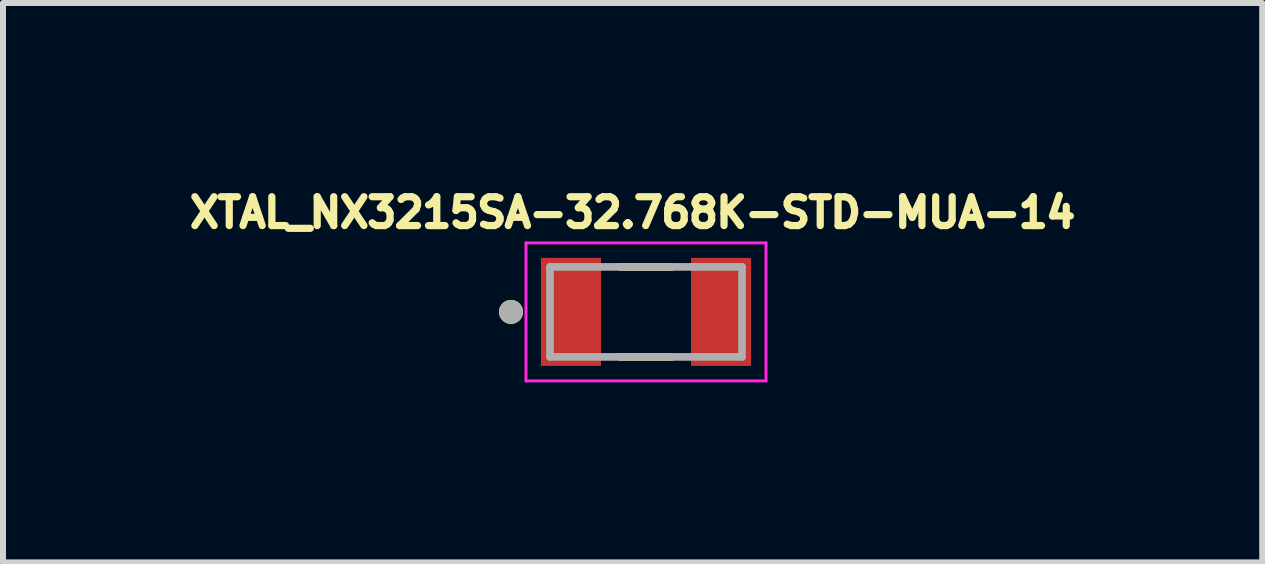
<source format=kicad_pcb>
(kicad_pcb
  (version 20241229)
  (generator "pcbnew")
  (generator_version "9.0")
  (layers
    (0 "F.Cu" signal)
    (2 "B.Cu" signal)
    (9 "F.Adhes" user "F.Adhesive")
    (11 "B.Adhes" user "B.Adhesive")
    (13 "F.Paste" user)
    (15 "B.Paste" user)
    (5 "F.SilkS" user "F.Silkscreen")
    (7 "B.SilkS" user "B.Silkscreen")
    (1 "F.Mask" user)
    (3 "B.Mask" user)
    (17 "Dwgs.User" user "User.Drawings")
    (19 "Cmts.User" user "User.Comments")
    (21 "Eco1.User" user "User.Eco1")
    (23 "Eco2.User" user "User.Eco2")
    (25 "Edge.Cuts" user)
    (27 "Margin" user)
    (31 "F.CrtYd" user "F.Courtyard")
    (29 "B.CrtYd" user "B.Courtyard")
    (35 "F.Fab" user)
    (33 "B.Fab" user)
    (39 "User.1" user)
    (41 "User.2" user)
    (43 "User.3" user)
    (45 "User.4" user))
  (footprint "XTAL_NX3215SA-32.768K-STD-MUA-14"
    (layer "F.Cu")
    (at 7.716 2.148)
    (property "Reference" "XTAL_NX3215SA-32.768K-STD-MUA-14" (at -0.223 -1.655 0) (layer "F.SilkS") (effects (font (size 0.481 0.481) (thickness 0.15))))
    (attr smd)
    (fp_line (start 0.43 -0.75) (end -0.43 -0.75) (stroke (width 0.127) (type solid)) (layer "F.SilkS"))
    (fp_line (start 0.43 0.75) (end -0.43 0.75) (stroke (width 0.127) (type solid)) (layer "F.SilkS"))
    (fp_circle (center -2.25 0) (end -2.15 0) (stroke (width 0.2) (type solid)) (fill no) (layer "F.SilkS"))
    (fp_line (start -2 -1.15) (end 2 -1.15) (stroke (width 0.05) (type solid)) (layer "F.CrtYd"))
    (fp_line (start -2 1.15) (end -2 -1.15) (stroke (width 0.05) (type solid)) (layer "F.CrtYd"))
    (fp_line (start 2 -1.15) (end 2 1.15) (stroke (width 0.05) (type solid)) (layer "F.CrtYd"))
    (fp_line (start 2 1.15) (end -2 1.15) (stroke (width 0.05) (type solid)) (layer "F.CrtYd"))
    (fp_line (start -1.6 -0.75) (end 1.6 -0.75) (stroke (width 0.127) (type solid)) (layer "F.Fab"))
    (fp_line (start -1.6 0.75) (end -1.6 -0.75) (stroke (width 0.127) (type solid)) (layer "F.Fab"))
    (fp_line (start 1.6 -0.75) (end 1.6 0.75) (stroke (width 0.127) (type solid)) (layer "F.Fab"))
    (fp_line (start 1.6 0.75) (end -1.6 0.75) (stroke (width 0.127) (type solid)) (layer "F.Fab"))
    (fp_circle (center -2.25 0) (end -2.15 0) (stroke (width 0.2) (type solid)) (fill no) (layer "F.Fab"))
    (pad "1" smd rect (at -1.25 0) (size 1 1.8) (layers "F.Cu" "F.Mask" "F.Paste"))
    (pad "2" smd rect (at 1.25 0) (size 1 1.8) (layers "F.Cu" "F.Mask" "F.Paste")))
  (gr_rect
    (start -3 -3)
    (end 17.986 6.323)
    (stroke (width 0.1) (type default))
    (fill no)
    (layer "Edge.Cuts")))
</source>
